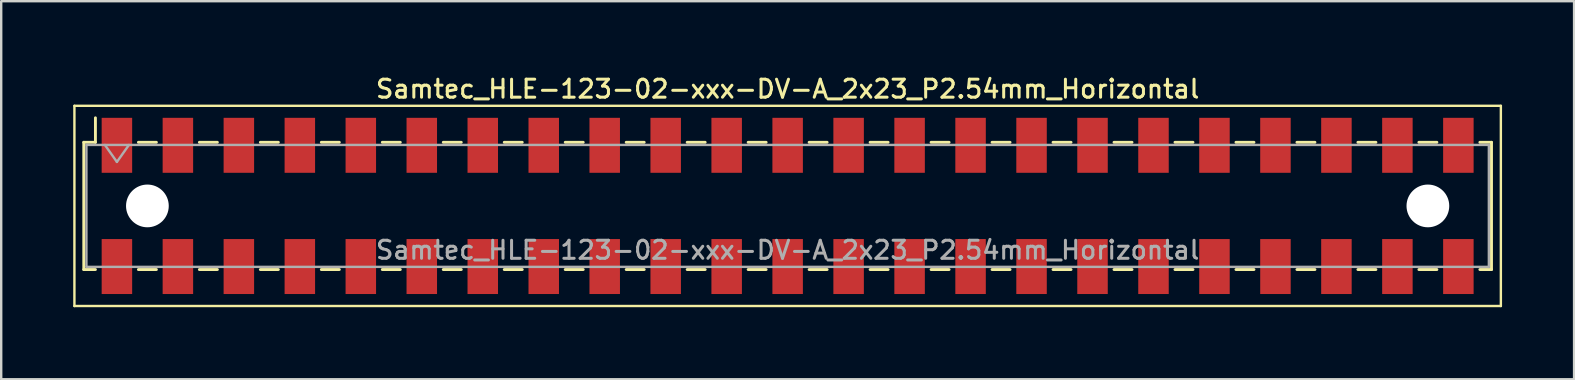
<source format=kicad_pcb>
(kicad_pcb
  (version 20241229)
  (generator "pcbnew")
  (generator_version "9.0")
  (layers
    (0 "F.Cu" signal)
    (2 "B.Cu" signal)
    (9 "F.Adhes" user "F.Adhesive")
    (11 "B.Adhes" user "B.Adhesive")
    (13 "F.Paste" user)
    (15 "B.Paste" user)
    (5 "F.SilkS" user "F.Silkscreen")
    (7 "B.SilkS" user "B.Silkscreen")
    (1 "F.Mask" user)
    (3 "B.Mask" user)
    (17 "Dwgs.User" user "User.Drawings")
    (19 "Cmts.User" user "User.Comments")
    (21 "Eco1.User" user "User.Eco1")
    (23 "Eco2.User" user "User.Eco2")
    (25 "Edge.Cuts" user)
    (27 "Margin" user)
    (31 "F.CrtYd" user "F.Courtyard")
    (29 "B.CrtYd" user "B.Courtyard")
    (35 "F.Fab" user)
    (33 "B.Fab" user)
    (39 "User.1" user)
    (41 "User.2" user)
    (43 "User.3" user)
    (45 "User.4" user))
  (footprint "Samtec_HLE-123-02-xxx-DV-A_2x23_P2.54mm_Horizontal"
    (layer "F.Cu")
    (at 29.76 5.528)
    (property "Reference" "Samtec_HLE-123-02-xxx-DV-A_2x23_P2.54mm_Horizontal" (at 0 -4.87 0) (layer "F.SilkS") (effects (font (size 0.75 0.75) (thickness 0.125))))
    (attr smd)
    (fp_line (start -29.71 -4.17) (end 29.71 -4.17) (stroke (width 0.1) (type solid)) (layer "F.SilkS"))
    (fp_line (start -29.71 4.17) (end -29.71 -4.17) (stroke (width 0.1) (type solid)) (layer "F.SilkS"))
    (fp_line (start -29.32 -2.65) (end -29.32 2.65) (stroke (width 0.12) (type solid)) (layer "F.SilkS"))
    (fp_line (start -29.32 2.65) (end -28.835 2.65) (stroke (width 0.12) (type solid)) (layer "F.SilkS"))
    (fp_line (start -28.835 -3.67) (end -28.835 -2.65) (stroke (width 0.12) (type solid)) (layer "F.SilkS"))
    (fp_line (start -28.835 -2.65) (end -29.32 -2.65) (stroke (width 0.12) (type solid)) (layer "F.SilkS"))
    (fp_line (start -27.045 -2.65) (end -26.295 -2.65) (stroke (width 0.12) (type solid)) (layer "F.SilkS"))
    (fp_line (start -27.045 2.65) (end -26.295 2.65) (stroke (width 0.12) (type solid)) (layer "F.SilkS"))
    (fp_line (start -24.505 -2.65) (end -23.755 -2.65) (stroke (width 0.12) (type solid)) (layer "F.SilkS"))
    (fp_line (start -24.505 2.65) (end -23.755 2.65) (stroke (width 0.12) (type solid)) (layer "F.SilkS"))
    (fp_line (start -21.965 -2.65) (end -21.215 -2.65) (stroke (width 0.12) (type solid)) (layer "F.SilkS"))
    (fp_line (start -21.965 2.65) (end -21.215 2.65) (stroke (width 0.12) (type solid)) (layer "F.SilkS"))
    (fp_line (start -19.425 -2.65) (end -18.675 -2.65) (stroke (width 0.12) (type solid)) (layer "F.SilkS"))
    (fp_line (start -19.425 2.65) (end -18.675 2.65) (stroke (width 0.12) (type solid)) (layer "F.SilkS"))
    (fp_line (start -16.885 -2.65) (end -16.135 -2.65) (stroke (width 0.12) (type solid)) (layer "F.SilkS"))
    (fp_line (start -16.885 2.65) (end -16.135 2.65) (stroke (width 0.12) (type solid)) (layer "F.SilkS"))
    (fp_line (start -14.345 -2.65) (end -13.595 -2.65) (stroke (width 0.12) (type solid)) (layer "F.SilkS"))
    (fp_line (start -14.345 2.65) (end -13.595 2.65) (stroke (width 0.12) (type solid)) (layer "F.SilkS"))
    (fp_line (start -11.805 -2.65) (end -11.055 -2.65) (stroke (width 0.12) (type solid)) (layer "F.SilkS"))
    (fp_line (start -11.805 2.65) (end -11.055 2.65) (stroke (width 0.12) (type solid)) (layer "F.SilkS"))
    (fp_line (start -9.265 -2.65) (end -8.515 -2.65) (stroke (width 0.12) (type solid)) (layer "F.SilkS"))
    (fp_line (start -9.265 2.65) (end -8.515 2.65) (stroke (width 0.12) (type solid)) (layer "F.SilkS"))
    (fp_line (start -6.725 -2.65) (end -5.975 -2.65) (stroke (width 0.12) (type solid)) (layer "F.SilkS"))
    (fp_line (start -6.725 2.65) (end -5.975 2.65) (stroke (width 0.12) (type solid)) (layer "F.SilkS"))
    (fp_line (start -4.185 -2.65) (end -3.435 -2.65) (stroke (width 0.12) (type solid)) (layer "F.SilkS"))
    (fp_line (start -4.185 2.65) (end -3.435 2.65) (stroke (width 0.12) (type solid)) (layer "F.SilkS"))
    (fp_line (start -1.645 -2.65) (end -0.895 -2.65) (stroke (width 0.12) (type solid)) (layer "F.SilkS"))
    (fp_line (start -1.645 2.65) (end -0.895 2.65) (stroke (width 0.12) (type solid)) (layer "F.SilkS"))
    (fp_line (start 0.895 -2.65) (end 1.645 -2.65) (stroke (width 0.12) (type solid)) (layer "F.SilkS"))
    (fp_line (start 0.895 2.65) (end 1.645 2.65) (stroke (width 0.12) (type solid)) (layer "F.SilkS"))
    (fp_line (start 3.435 -2.65) (end 4.185 -2.65) (stroke (width 0.12) (type solid)) (layer "F.SilkS"))
    (fp_line (start 3.435 2.65) (end 4.185 2.65) (stroke (width 0.12) (type solid)) (layer "F.SilkS"))
    (fp_line (start 5.975 -2.65) (end 6.725 -2.65) (stroke (width 0.12) (type solid)) (layer "F.SilkS"))
    (fp_line (start 5.975 2.65) (end 6.725 2.65) (stroke (width 0.12) (type solid)) (layer "F.SilkS"))
    (fp_line (start 8.515 -2.65) (end 9.265 -2.65) (stroke (width 0.12) (type solid)) (layer "F.SilkS"))
    (fp_line (start 8.515 2.65) (end 9.265 2.65) (stroke (width 0.12) (type solid)) (layer "F.SilkS"))
    (fp_line (start 11.055 -2.65) (end 11.805 -2.65) (stroke (width 0.12) (type solid)) (layer "F.SilkS"))
    (fp_line (start 11.055 2.65) (end 11.805 2.65) (stroke (width 0.12) (type solid)) (layer "F.SilkS"))
    (fp_line (start 13.595 -2.65) (end 14.345 -2.65) (stroke (width 0.12) (type solid)) (layer "F.SilkS"))
    (fp_line (start 13.595 2.65) (end 14.345 2.65) (stroke (width 0.12) (type solid)) (layer "F.SilkS"))
    (fp_line (start 16.135 -2.65) (end 16.885 -2.65) (stroke (width 0.12) (type solid)) (layer "F.SilkS"))
    (fp_line (start 16.135 2.65) (end 16.885 2.65) (stroke (width 0.12) (type solid)) (layer "F.SilkS"))
    (fp_line (start 18.675 -2.65) (end 19.425 -2.65) (stroke (width 0.12) (type solid)) (layer "F.SilkS"))
    (fp_line (start 18.675 2.65) (end 19.425 2.65) (stroke (width 0.12) (type solid)) (layer "F.SilkS"))
    (fp_line (start 21.215 -2.65) (end 21.965 -2.65) (stroke (width 0.12) (type solid)) (layer "F.SilkS"))
    (fp_line (start 21.215 2.65) (end 21.965 2.65) (stroke (width 0.12) (type solid)) (layer "F.SilkS"))
    (fp_line (start 23.755 -2.65) (end 24.505 -2.65) (stroke (width 0.12) (type solid)) (layer "F.SilkS"))
    (fp_line (start 23.755 2.65) (end 24.505 2.65) (stroke (width 0.12) (type solid)) (layer "F.SilkS"))
    (fp_line (start 26.295 -2.65) (end 27.045 -2.65) (stroke (width 0.12) (type solid)) (layer "F.SilkS"))
    (fp_line (start 26.295 2.65) (end 27.045 2.65) (stroke (width 0.12) (type solid)) (layer "F.SilkS"))
    (fp_line (start 28.835 -2.65) (end 29.32 -2.65) (stroke (width 0.12) (type solid)) (layer "F.SilkS"))
    (fp_line (start 29.32 -2.65) (end 29.32 2.65) (stroke (width 0.12) (type solid)) (layer "F.SilkS"))
    (fp_line (start 29.32 2.65) (end 28.835 2.65) (stroke (width 0.12) (type solid)) (layer "F.SilkS"))
    (fp_line (start 29.71 -4.17) (end 29.71 4.17) (stroke (width 0.1) (type solid)) (layer "F.SilkS"))
    (fp_line (start 29.71 4.17) (end -29.71 4.17) (stroke (width 0.1) (type solid)) (layer "F.SilkS"))
    (fp_line (start -29.21 -2.54) (end 29.21 -2.54) (stroke (width 0.1) (type solid)) (layer "F.Fab"))
    (fp_line (start -29.21 2.54) (end -29.21 -2.54) (stroke (width 0.1) (type solid)) (layer "F.Fab"))
    (fp_line (start -28.44 -2.54) (end -27.94 -1.833) (stroke (width 0.1) (type solid)) (layer "F.Fab"))
    (fp_line (start -27.94 -1.833) (end -27.44 -2.54) (stroke (width 0.1) (type solid)) (layer "F.Fab"))
    (fp_line (start 29.21 -2.54) (end 29.21 2.54) (stroke (width 0.1) (type solid)) (layer "F.Fab"))
    (fp_line (start 29.21 2.54) (end -29.21 2.54) (stroke (width 0.1) (type solid)) (layer "F.Fab"))
    (fp_text user "${REFERENCE}" (at 0 1.84 0) (layer "F.Fab") (effects (font (size 0.75 0.75) (thickness 0.125))))
    (pad "" np_thru_hole circle (at -26.67 0) (size 1.78 1.78) (drill 1.78) (layers "*.Cu" "*.Mask"))
    (pad "" np_thru_hole circle (at 26.67 0) (size 1.78 1.78) (drill 1.78) (layers "*.Cu" "*.Mask"))
    (pad "1" smd rect (at -27.94 -2.525) (size 1.27 2.29) (layers "F.Cu" "F.Mask" "F.Paste"))
    (pad "2" smd rect (at -27.94 2.525) (size 1.27 2.29) (layers "F.Cu" "F.Mask" "F.Paste"))
    (pad "3" smd rect (at -25.4 -2.525) (size 1.27 2.29) (layers "F.Cu" "F.Mask" "F.Paste"))
    (pad "4" smd rect (at -25.4 2.525) (size 1.27 2.29) (layers "F.Cu" "F.Mask" "F.Paste"))
    (pad "5" smd rect (at -22.86 -2.525) (size 1.27 2.29) (layers "F.Cu" "F.Mask" "F.Paste"))
    (pad "6" smd rect (at -22.86 2.525) (size 1.27 2.29) (layers "F.Cu" "F.Mask" "F.Paste"))
    (pad "7" smd rect (at -20.32 -2.525) (size 1.27 2.29) (layers "F.Cu" "F.Mask" "F.Paste"))
    (pad "8" smd rect (at -20.32 2.525) (size 1.27 2.29) (layers "F.Cu" "F.Mask" "F.Paste"))
    (pad "9" smd rect (at -17.78 -2.525) (size 1.27 2.29) (layers "F.Cu" "F.Mask" "F.Paste"))
    (pad "10" smd rect (at -17.78 2.525) (size 1.27 2.29) (layers "F.Cu" "F.Mask" "F.Paste"))
    (pad "11" smd rect (at -15.24 -2.525) (size 1.27 2.29) (layers "F.Cu" "F.Mask" "F.Paste"))
    (pad "12" smd rect (at -15.24 2.525) (size 1.27 2.29) (layers "F.Cu" "F.Mask" "F.Paste"))
    (pad "13" smd rect (at -12.7 -2.525) (size 1.27 2.29) (layers "F.Cu" "F.Mask" "F.Paste"))
    (pad "14" smd rect (at -12.7 2.525) (size 1.27 2.29) (layers "F.Cu" "F.Mask" "F.Paste"))
    (pad "15" smd rect (at -10.16 -2.525) (size 1.27 2.29) (layers "F.Cu" "F.Mask" "F.Paste"))
    (pad "16" smd rect (at -10.16 2.525) (size 1.27 2.29) (layers "F.Cu" "F.Mask" "F.Paste"))
    (pad "17" smd rect (at -7.62 -2.525) (size 1.27 2.29) (layers "F.Cu" "F.Mask" "F.Paste"))
    (pad "18" smd rect (at -7.62 2.525) (size 1.27 2.29) (layers "F.Cu" "F.Mask" "F.Paste"))
    (pad "19" smd rect (at -5.08 -2.525) (size 1.27 2.29) (layers "F.Cu" "F.Mask" "F.Paste"))
    (pad "20" smd rect (at -5.08 2.525) (size 1.27 2.29) (layers "F.Cu" "F.Mask" "F.Paste"))
    (pad "21" smd rect (at -2.54 -2.525) (size 1.27 2.29) (layers "F.Cu" "F.Mask" "F.Paste"))
    (pad "22" smd rect (at -2.54 2.525) (size 1.27 2.29) (layers "F.Cu" "F.Mask" "F.Paste"))
    (pad "23" smd rect (at 0 -2.525) (size 1.27 2.29) (layers "F.Cu" "F.Mask" "F.Paste"))
    (pad "24" smd rect (at 0 2.525) (size 1.27 2.29) (layers "F.Cu" "F.Mask" "F.Paste"))
    (pad "25" smd rect (at 2.54 -2.525) (size 1.27 2.29) (layers "F.Cu" "F.Mask" "F.Paste"))
    (pad "26" smd rect (at 2.54 2.525) (size 1.27 2.29) (layers "F.Cu" "F.Mask" "F.Paste"))
    (pad "27" smd rect (at 5.08 -2.525) (size 1.27 2.29) (layers "F.Cu" "F.Mask" "F.Paste"))
    (pad "28" smd rect (at 5.08 2.525) (size 1.27 2.29) (layers "F.Cu" "F.Mask" "F.Paste"))
    (pad "29" smd rect (at 7.62 -2.525) (size 1.27 2.29) (layers "F.Cu" "F.Mask" "F.Paste"))
    (pad "30" smd rect (at 7.62 2.525) (size 1.27 2.29) (layers "F.Cu" "F.Mask" "F.Paste"))
    (pad "31" smd rect (at 10.16 -2.525) (size 1.27 2.29) (layers "F.Cu" "F.Mask" "F.Paste"))
    (pad "32" smd rect (at 10.16 2.525) (size 1.27 2.29) (layers "F.Cu" "F.Mask" "F.Paste"))
    (pad "33" smd rect (at 12.7 -2.525) (size 1.27 2.29) (layers "F.Cu" "F.Mask" "F.Paste"))
    (pad "34" smd rect (at 12.7 2.525) (size 1.27 2.29) (layers "F.Cu" "F.Mask" "F.Paste"))
    (pad "35" smd rect (at 15.24 -2.525) (size 1.27 2.29) (layers "F.Cu" "F.Mask" "F.Paste"))
    (pad "36" smd rect (at 15.24 2.525) (size 1.27 2.29) (layers "F.Cu" "F.Mask" "F.Paste"))
    (pad "37" smd rect (at 17.78 -2.525) (size 1.27 2.29) (layers "F.Cu" "F.Mask" "F.Paste"))
    (pad "38" smd rect (at 17.78 2.525) (size 1.27 2.29) (layers "F.Cu" "F.Mask" "F.Paste"))
    (pad "39" smd rect (at 20.32 -2.525) (size 1.27 2.29) (layers "F.Cu" "F.Mask" "F.Paste"))
    (pad "40" smd rect (at 20.32 2.525) (size 1.27 2.29) (layers "F.Cu" "F.Mask" "F.Paste"))
    (pad "41" smd rect (at 22.86 -2.525) (size 1.27 2.29) (layers "F.Cu" "F.Mask" "F.Paste"))
    (pad "42" smd rect (at 22.86 2.525) (size 1.27 2.29) (layers "F.Cu" "F.Mask" "F.Paste"))
    (pad "43" smd rect (at 25.4 -2.525) (size 1.27 2.29) (layers "F.Cu" "F.Mask" "F.Paste"))
    (pad "44" smd rect (at 25.4 2.525) (size 1.27 2.29) (layers "F.Cu" "F.Mask" "F.Paste"))
    (pad "45" smd rect (at 27.94 -2.525) (size 1.27 2.29) (layers "F.Cu" "F.Mask" "F.Paste"))
    (pad "46" smd rect (at 27.94 2.525) (size 1.27 2.29) (layers "F.Cu" "F.Mask" "F.Paste")))
  (gr_rect
    (start -3 -3)
    (end 62.52 12.748)
    (stroke (width 0.1) (type default))
    (fill no)
    (layer "Edge.Cuts")))
</source>
